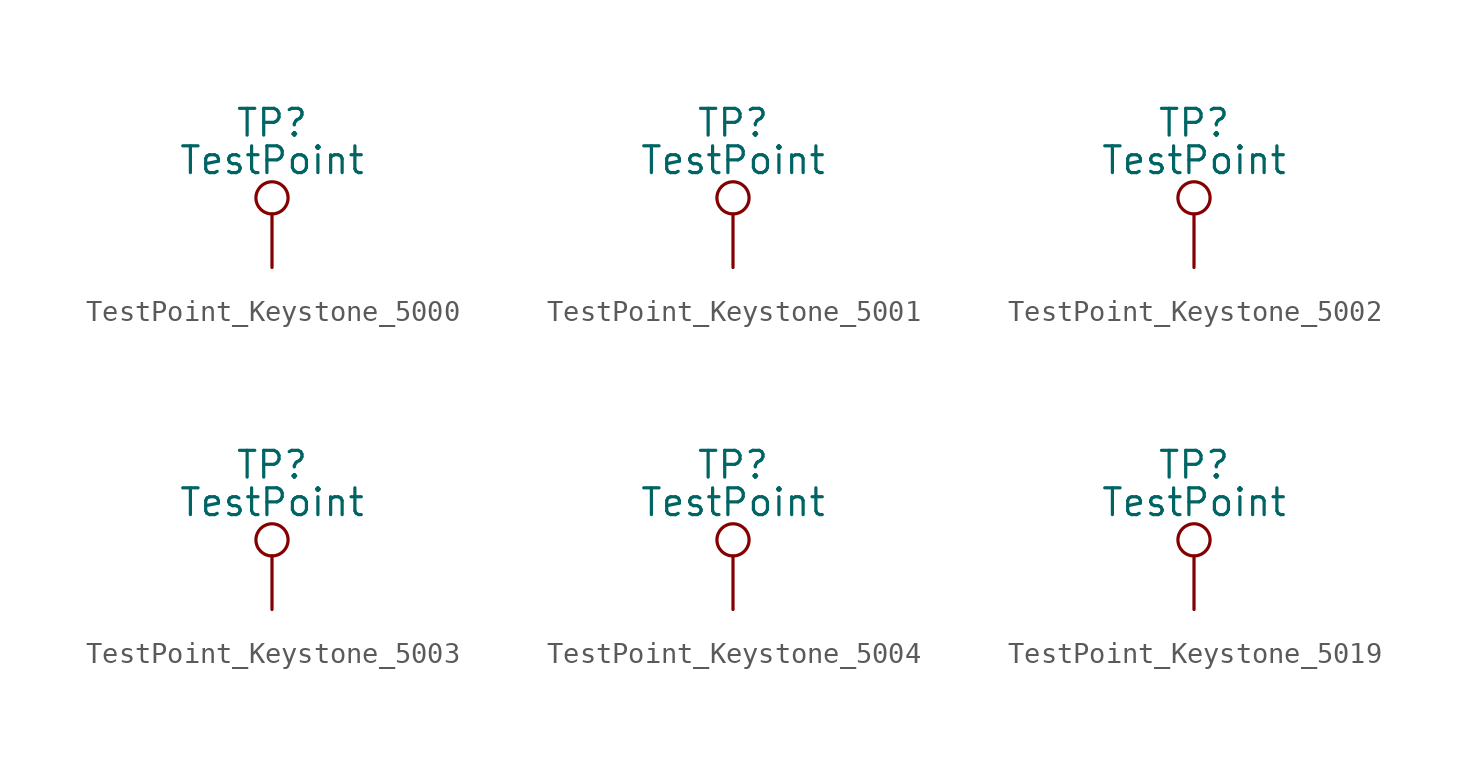
<source format=kicad_sym>
(kicad_symbol_lib
  (version 20220914)
  (generator kicad_symbol_editor)
  (symbol "TestPoint_Keystone_5000"
    (pin_numbers hide)
    (pin_names
      (offset 0.762) hide)
    (property "Reference" "TP"
      (at 0 6.858 0)
      (effects (font (size 1.27 1.27))))
    (property "Value" "TestPoint"
      (at 0 5.08 0)
      (effects (font (size 1.27 1.27))))
    (symbol "TestPoint_Keystone_5000_0_1"
      (circle (center 0 3.302) (radius 0.762) (stroke (width 0) (type default)) (fill (type none))))
    (symbol "TestPoint_Keystone_5000_1_1"
      (pin passive line (at 0 0 90) (length 2.54) (name "1" (effects (font (size 1.27 1.27)))) (number "1" (effects (font (size 1.27 1.27)))))))
  (symbol "TestPoint_Keystone_5001"
    (pin_numbers hide)
    (pin_names
      (offset 0.762) hide)
    (property "Reference" "TP"
      (at 0 6.858 0)
      (effects (font (size 1.27 1.27))))
    (property "Value" "TestPoint"
      (at 0 5.08 0)
      (effects (font (size 1.27 1.27))))
    (symbol "TestPoint_Keystone_5001_0_1"
      (circle (center 0 3.302) (radius 0.762) (stroke (width 0) (type default)) (fill (type none))))
    (symbol "TestPoint_Keystone_5001_1_1"
      (pin passive line (at 0 0 90) (length 2.54) (name "1" (effects (font (size 1.27 1.27)))) (number "1" (effects (font (size 1.27 1.27)))))))
  (symbol "TestPoint_Keystone_5002"
    (pin_numbers hide)
    (pin_names
      (offset 0.762) hide)
    (property "Reference" "TP"
      (at 0 6.858 0)
      (effects (font (size 1.27 1.27))))
    (property "Value" "TestPoint"
      (at 0 5.08 0)
      (effects (font (size 1.27 1.27))))
    (symbol "TestPoint_Keystone_5002_0_1"
      (circle (center 0 3.302) (radius 0.762) (stroke (width 0) (type default)) (fill (type none))))
    (symbol "TestPoint_Keystone_5002_1_1"
      (pin passive line (at 0 0 90) (length 2.54) (name "1" (effects (font (size 1.27 1.27)))) (number "1" (effects (font (size 1.27 1.27)))))))
  (symbol "TestPoint_Keystone_5003"
    (pin_numbers hide)
    (pin_names
      (offset 0.762) hide)
    (property "Reference" "TP"
      (at 0 6.858 0)
      (effects (font (size 1.27 1.27))))
    (property "Value" "TestPoint"
      (at 0 5.08 0)
      (effects (font (size 1.27 1.27))))
    (symbol "TestPoint_Keystone_5003_0_1"
      (circle (center 0 3.302) (radius 0.762) (stroke (width 0) (type default)) (fill (type none))))
    (symbol "TestPoint_Keystone_5003_1_1"
      (pin passive line (at 0 0 90) (length 2.54) (name "1" (effects (font (size 1.27 1.27)))) (number "1" (effects (font (size 1.27 1.27)))))))
  (symbol "TestPoint_Keystone_5004"
    (pin_numbers hide)
    (pin_names
      (offset 0.762) hide)
    (property "Reference" "TP"
      (at 0 6.858 0)
      (effects (font (size 1.27 1.27))))
    (property "Value" "TestPoint"
      (at 0 5.08 0)
      (effects (font (size 1.27 1.27))))
    (symbol "TestPoint_Keystone_5004_0_1"
      (circle (center 0 3.302) (radius 0.762) (stroke (width 0) (type default)) (fill (type none))))
    (symbol "TestPoint_Keystone_5004_1_1"
      (pin passive line (at 0 0 90) (length 2.54) (name "1" (effects (font (size 1.27 1.27)))) (number "1" (effects (font (size 1.27 1.27)))))))
  (symbol "TestPoint_Keystone_5019"
    (pin_numbers hide)
    (pin_names
      (offset 0.762) hide)
    (property "Reference" "TP"
      (at 0 6.858 0)
      (effects (font (size 1.27 1.27))))
    (property "Value" "TestPoint"
      (at 0 5.08 0)
      (effects (font (size 1.27 1.27))))
    (symbol "TestPoint_Keystone_5019_0_1"
      (circle (center 0 3.302) (radius 0.762) (stroke (width 0) (type default)) (fill (type none))))
    (symbol "TestPoint_Keystone_5019_1_1"
      (pin passive line (at 0 0 90) (length 2.54) (name "1" (effects (font (size 1.27 1.27)))) (number "1" (effects (font (size 1.27 1.27))))))))
</source>
